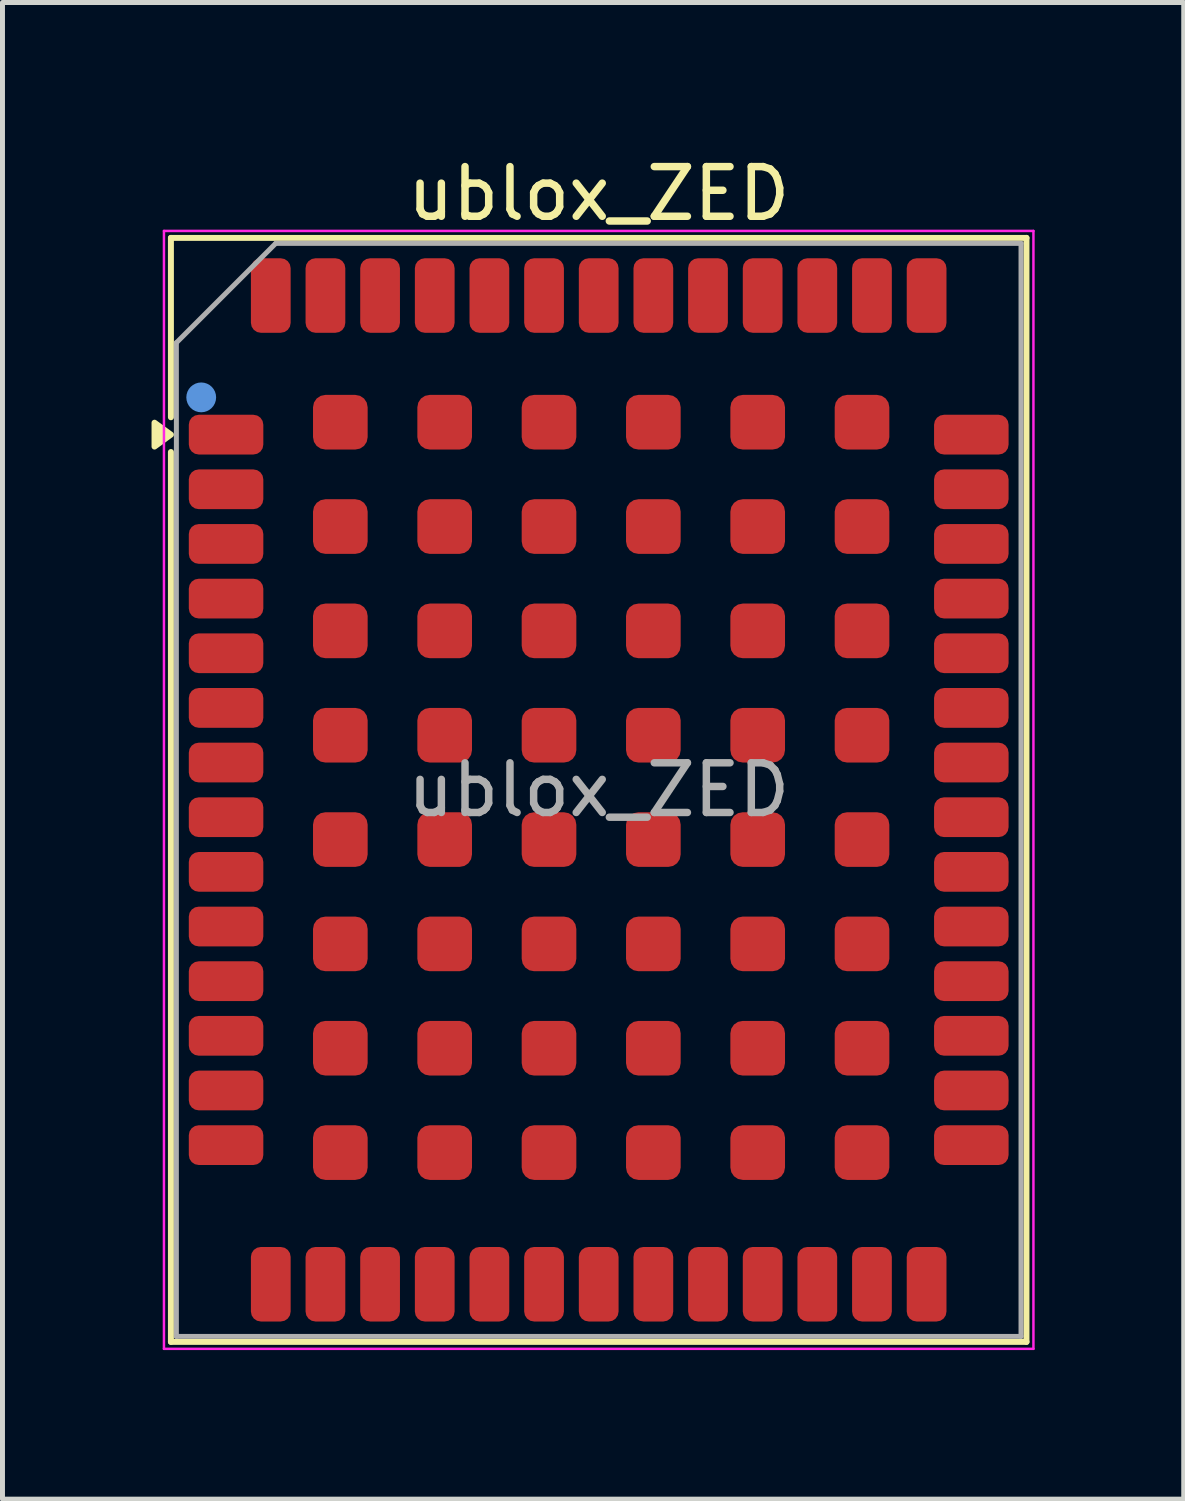
<source format=kicad_pcb>
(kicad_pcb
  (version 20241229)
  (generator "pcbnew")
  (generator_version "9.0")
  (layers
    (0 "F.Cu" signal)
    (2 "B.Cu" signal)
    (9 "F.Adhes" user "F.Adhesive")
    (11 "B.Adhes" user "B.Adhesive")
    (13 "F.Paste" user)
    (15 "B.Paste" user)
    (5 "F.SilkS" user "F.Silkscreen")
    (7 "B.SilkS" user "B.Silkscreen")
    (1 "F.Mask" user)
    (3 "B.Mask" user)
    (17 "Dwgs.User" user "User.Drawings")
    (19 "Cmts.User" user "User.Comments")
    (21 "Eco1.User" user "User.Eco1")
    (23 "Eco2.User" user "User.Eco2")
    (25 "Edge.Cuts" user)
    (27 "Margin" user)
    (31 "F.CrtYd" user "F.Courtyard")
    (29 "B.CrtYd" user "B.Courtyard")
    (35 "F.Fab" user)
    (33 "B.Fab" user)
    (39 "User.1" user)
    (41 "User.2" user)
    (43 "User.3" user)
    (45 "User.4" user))
  (footprint "ublox_ZED"
    (layer "F.Cu")
    (at 9 12.848)
    (property "Reference" "ublox_ZED" (at 0 -12 0) (layer "F.SilkS") (effects (font (size 1 1) (thickness 0.15))))
    (attr smd)
    (fp_line (start -8.61 -11.11) (end 8.61 -11.11) (stroke (width 0.12) (type solid)) (layer "F.SilkS"))
    (fp_line (start -8.61 -7.5) (end -8.61 -11.11) (stroke (width 0.12) (type default)) (layer "F.SilkS"))
    (fp_line (start -8.61 -6.8) (end -8.61 11.11) (stroke (width 0.12) (type solid)) (layer "F.SilkS"))
    (fp_line (start -8.61 11.11) (end 8.61 11.11) (stroke (width 0.12) (type solid)) (layer "F.SilkS"))
    (fp_line (start 8.61 -11.11) (end 8.61 11.11) (stroke (width 0.12) (type solid)) (layer "F.SilkS"))
    (fp_poly (pts (xy -8.61 -7.15) (xy -8.94 -6.91) (xy -8.94 -7.39) (xy -8.61 -7.15)) (stroke (width 0.12) (type solid)) (fill yes) (layer "F.SilkS"))
    (fp_circle (center -8 -7.9) (end -7.85 -7.9) (stroke (width 0.3) (type solid)) (fill no) (layer "Cmts.User"))
    (fp_line (start -8.75 -11.25) (end -8.75 11.25) (stroke (width 0.05) (type solid)) (layer "F.CrtYd"))
    (fp_line (start -8.75 -11.25) (end 8.75 -11.25) (stroke (width 0.05) (type solid)) (layer "F.CrtYd"))
    (fp_line (start -8.75 11.25) (end 8.75 11.25) (stroke (width 0.05) (type solid)) (layer "F.CrtYd"))
    (fp_line (start 8.75 -11.25) (end 8.75 11.25) (stroke (width 0.05) (type solid)) (layer "F.CrtYd"))
    (fp_line (start -8.5 -9) (end -8.5 11) (stroke (width 0.1) (type solid)) (layer "F.Fab"))
    (fp_line (start -8.5 -9) (end -6.5 -11) (stroke (width 0.1) (type solid)) (layer "F.Fab"))
    (fp_line (start -8.5 11) (end 8.5 11) (stroke (width 0.1) (type solid)) (layer "F.Fab"))
    (fp_line (start -6.5 -11) (end 8.5 -11) (stroke (width 0.1) (type solid)) (layer "F.Fab"))
    (fp_line (start 8.5 -11) (end 8.5 11) (stroke (width 0.1) (type solid)) (layer "F.Fab"))
    (fp_text user "${REFERENCE}" (at 0 0 0) (layer "F.Fab") (effects (font (size 1 1) (thickness 0.15))))
    (pad "1" smd roundrect (at -7.5 -7.15) (size 1.5 0.8) (layers "F.Cu" "F.Mask" "F.Paste") (roundrect_rratio 0.25))
    (pad "2" smd roundrect (at -7.5 -6.05) (size 1.5 0.8) (layers "F.Cu" "F.Mask" "F.Paste") (roundrect_rratio 0.25))
    (pad "3" smd roundrect (at -7.5 -4.95) (size 1.5 0.8) (layers "F.Cu" "F.Mask" "F.Paste") (roundrect_rratio 0.25))
    (pad "4" smd roundrect (at -7.5 -3.85) (size 1.5 0.8) (layers "F.Cu" "F.Mask" "F.Paste") (roundrect_rratio 0.25))
    (pad "5" smd roundrect (at -7.5 -2.75) (size 1.5 0.8) (layers "F.Cu" "F.Mask" "F.Paste") (roundrect_rratio 0.25))
    (pad "6" smd roundrect (at -7.5 -1.65) (size 1.5 0.8) (layers "F.Cu" "F.Mask" "F.Paste") (roundrect_rratio 0.25))
    (pad "7" smd roundrect (at -7.5 -0.55) (size 1.5 0.8) (layers "F.Cu" "F.Mask" "F.Paste") (roundrect_rratio 0.25))
    (pad "8" smd roundrect (at -7.5 0.55) (size 1.5 0.8) (layers "F.Cu" "F.Mask" "F.Paste") (roundrect_rratio 0.25))
    (pad "9" smd roundrect (at -7.5 1.65) (size 1.5 0.8) (layers "F.Cu" "F.Mask" "F.Paste") (roundrect_rratio 0.25))
    (pad "10" smd roundrect (at -7.5 2.75) (size 1.5 0.8) (layers "F.Cu" "F.Mask" "F.Paste") (roundrect_rratio 0.25))
    (pad "11" smd roundrect (at -7.5 3.85) (size 1.5 0.8) (layers "F.Cu" "F.Mask" "F.Paste") (roundrect_rratio 0.25))
    (pad "12" smd roundrect (at -7.5 4.95) (size 1.5 0.8) (layers "F.Cu" "F.Mask" "F.Paste") (roundrect_rratio 0.25))
    (pad "13" smd roundrect (at -7.5 6.05) (size 1.5 0.8) (layers "F.Cu" "F.Mask" "F.Paste") (roundrect_rratio 0.25))
    (pad "14" smd roundrect (at -7.5 7.15) (size 1.5 0.8) (layers "F.Cu" "F.Mask" "F.Paste") (roundrect_rratio 0.25))
    (pad "15" smd roundrect (at -6.6 9.95 90) (size 1.5 0.8) (layers "F.Cu" "F.Mask" "F.Paste") (roundrect_rratio 0.25))
    (pad "16" smd roundrect (at -5.5 9.95 90) (size 1.5 0.8) (layers "F.Cu" "F.Mask" "F.Paste") (roundrect_rratio 0.25))
    (pad "17" smd roundrect (at -4.4 9.95 90) (size 1.5 0.8) (layers "F.Cu" "F.Mask" "F.Paste") (roundrect_rratio 0.25))
    (pad "18" smd roundrect (at -3.3 9.95 270) (size 1.5 0.8) (layers "F.Cu" "F.Mask" "F.Paste") (roundrect_rratio 0.25))
    (pad "19" smd roundrect (at -2.2 9.95 90) (size 1.5 0.8) (layers "F.Cu" "F.Mask" "F.Paste") (roundrect_rratio 0.25))
    (pad "20" smd roundrect (at -1.1 9.95 90) (size 1.5 0.8) (layers "F.Cu" "F.Mask" "F.Paste") (roundrect_rratio 0.25))
    (pad "21" smd roundrect (at 0 9.95 90) (size 1.5 0.8) (layers "F.Cu" "F.Mask" "F.Paste") (roundrect_rratio 0.25))
    (pad "22" smd roundrect (at 1.1 9.95 90) (size 1.5 0.8) (layers "F.Cu" "F.Mask" "F.Paste") (roundrect_rratio 0.25))
    (pad "23" smd roundrect (at 2.2 9.95 90) (size 1.5 0.8) (layers "F.Cu" "F.Mask" "F.Paste") (roundrect_rratio 0.25))
    (pad "24" smd roundrect (at 3.3 9.95 90) (size 1.5 0.8) (layers "F.Cu" "F.Mask" "F.Paste") (roundrect_rratio 0.25))
    (pad "25" smd roundrect (at 4.4 9.95 90) (size 1.5 0.8) (layers "F.Cu" "F.Mask" "F.Paste") (roundrect_rratio 0.25))
    (pad "26" smd roundrect (at 5.5 9.95 90) (size 1.5 0.8) (layers "F.Cu" "F.Mask" "F.Paste") (roundrect_rratio 0.25))
    (pad "27" smd roundrect (at 6.6 9.95 90) (size 1.5 0.8) (layers "F.Cu" "F.Mask" "F.Paste") (roundrect_rratio 0.25))
    (pad "28" smd roundrect (at 7.5 7.15) (size 1.5 0.8) (layers "F.Cu" "F.Mask" "F.Paste") (roundrect_rratio 0.25))
    (pad "29" smd roundrect (at 7.5 6.05) (size 1.5 0.8) (layers "F.Cu" "F.Mask" "F.Paste") (roundrect_rratio 0.25))
    (pad "30" smd roundrect (at 7.5 4.95) (size 1.5 0.8) (layers "F.Cu" "F.Mask" "F.Paste") (roundrect_rratio 0.25))
    (pad "31" smd roundrect (at 7.5 3.85) (size 1.5 0.8) (layers "F.Cu" "F.Mask" "F.Paste") (roundrect_rratio 0.25))
    (pad "32" smd roundrect (at 7.5 2.75) (size 1.5 0.8) (layers "F.Cu" "F.Mask" "F.Paste") (roundrect_rratio 0.25))
    (pad "33" smd roundrect (at 7.5 1.65) (size 1.5 0.8) (layers "F.Cu" "F.Mask" "F.Paste") (roundrect_rratio 0.25))
    (pad "34" smd roundrect (at 7.5 0.55) (size 1.5 0.8) (layers "F.Cu" "F.Mask" "F.Paste") (roundrect_rratio 0.25))
    (pad "35" smd roundrect (at 7.5 -0.55) (size 1.5 0.8) (layers "F.Cu" "F.Mask" "F.Paste") (roundrect_rratio 0.25))
    (pad "36" smd roundrect (at 7.5 -1.65) (size 1.5 0.8) (layers "F.Cu" "F.Mask" "F.Paste") (roundrect_rratio 0.25))
    (pad "37" smd roundrect (at 7.5 -2.75) (size 1.5 0.8) (layers "F.Cu" "F.Mask" "F.Paste") (roundrect_rratio 0.25))
    (pad "38" smd roundrect (at 7.5 -3.85) (size 1.5 0.8) (layers "F.Cu" "F.Mask" "F.Paste") (roundrect_rratio 0.25))
    (pad "39" smd roundrect (at 7.5 -4.95) (size 1.5 0.8) (layers "F.Cu" "F.Mask" "F.Paste") (roundrect_rratio 0.25))
    (pad "40" smd roundrect (at 7.5 -6.05) (size 1.5 0.8) (layers "F.Cu" "F.Mask" "F.Paste") (roundrect_rratio 0.25))
    (pad "41" smd roundrect (at 7.5 -7.15) (size 1.5 0.8) (layers "F.Cu" "F.Mask" "F.Paste") (roundrect_rratio 0.25))
    (pad "42" smd roundrect (at 6.6 -9.95 90) (size 1.5 0.8) (layers "F.Cu" "F.Mask" "F.Paste") (roundrect_rratio 0.25))
    (pad "43" smd roundrect (at 5.5 -9.95 90) (size 1.5 0.8) (layers "F.Cu" "F.Mask" "F.Paste") (roundrect_rratio 0.25))
    (pad "44" smd roundrect (at 4.4 -9.95 90) (size 1.5 0.8) (layers "F.Cu" "F.Mask" "F.Paste") (roundrect_rratio 0.25))
    (pad "45" smd roundrect (at 3.3 -9.95 90) (size 1.5 0.8) (layers "F.Cu" "F.Mask" "F.Paste") (roundrect_rratio 0.25))
    (pad "46" smd roundrect (at 2.2 -9.95 90) (size 1.5 0.8) (layers "F.Cu" "F.Mask" "F.Paste") (roundrect_rratio 0.25))
    (pad "47" smd roundrect (at 1.1 -9.95 90) (size 1.5 0.8) (layers "F.Cu" "F.Mask" "F.Paste") (roundrect_rratio 0.25))
    (pad "48" smd roundrect (at 0 -9.95 90) (size 1.5 0.8) (layers "F.Cu" "F.Mask" "F.Paste") (roundrect_rratio 0.25))
    (pad "49" smd roundrect (at -1.1 -9.95 90) (size 1.5 0.8) (layers "F.Cu" "F.Mask" "F.Paste") (roundrect_rratio 0.25))
    (pad "50" smd roundrect (at -2.2 -9.95 90) (size 1.5 0.8) (layers "F.Cu" "F.Mask" "F.Paste") (roundrect_rratio 0.25))
    (pad "51" smd roundrect (at -3.3 -9.95 90) (size 1.5 0.8) (layers "F.Cu" "F.Mask" "F.Paste") (roundrect_rratio 0.25))
    (pad "52" smd roundrect (at -4.4 -9.95 90) (size 1.5 0.8) (layers "F.Cu" "F.Mask" "F.Paste") (roundrect_rratio 0.25))
    (pad "53" smd roundrect (at -5.5 -9.95 90) (size 1.5 0.8) (layers "F.Cu" "F.Mask" "F.Paste") (roundrect_rratio 0.25))
    (pad "54" smd roundrect (at -6.6 -9.95 90) (size 1.5 0.8) (layers "F.Cu" "F.Mask" "F.Paste") (roundrect_rratio 0.25))
    (pad "55" smd roundrect (at -5.2 -7.4 270) (size 1.1 1.1) (layers "F.Cu" "F.Mask" "F.Paste") (roundrect_rratio 0.227))
    (pad "56" smd roundrect (at -5.2 -5.3 270) (size 1.1 1.1) (layers "F.Cu" "F.Mask" "F.Paste") (roundrect_rratio 0.227))
    (pad "57" smd roundrect (at -5.2 -3.2 270) (size 1.1 1.1) (layers "F.Cu" "F.Mask" "F.Paste") (roundrect_rratio 0.227))
    (pad "58" smd roundrect (at -5.2 -1.1 270) (size 1.1 1.1) (layers "F.Cu" "F.Mask" "F.Paste") (roundrect_rratio 0.227))
    (pad "59" smd roundrect (at -5.2 1 270) (size 1.1 1.1) (layers "F.Cu" "F.Mask" "F.Paste") (roundrect_rratio 0.227))
    (pad "60" smd roundrect (at -5.2 3.1 270) (size 1.1 1.1) (layers "F.Cu" "F.Mask" "F.Paste") (roundrect_rratio 0.227))
    (pad "61" smd roundrect (at -5.2 5.2 270) (size 1.1 1.1) (layers "F.Cu" "F.Mask" "F.Paste") (roundrect_rratio 0.227))
    (pad "62" smd roundrect (at -5.2 7.3 270) (size 1.1 1.1) (layers "F.Cu" "F.Mask" "F.Paste") (roundrect_rratio 0.227))
    (pad "63" smd roundrect (at -3.1 7.3 270) (size 1.1 1.1) (layers "F.Cu" "F.Mask" "F.Paste") (roundrect_rratio 0.227))
    (pad "64" smd roundrect (at -3.1 5.2 270) (size 1.1 1.1) (layers "F.Cu" "F.Mask" "F.Paste") (roundrect_rratio 0.227))
    (pad "65" smd roundrect (at -3.1 3.1 270) (size 1.1 1.1) (layers "F.Cu" "F.Mask" "F.Paste") (roundrect_rratio 0.227))
    (pad "66" smd roundrect (at -3.1 1 270) (size 1.1 1.1) (layers "F.Cu" "F.Mask" "F.Paste") (roundrect_rratio 0.227))
    (pad "67" smd roundrect (at -3.1 -1.1 270) (size 1.1 1.1) (layers "F.Cu" "F.Mask" "F.Paste") (roundrect_rratio 0.227))
    (pad "68" smd roundrect (at -3.1 -3.2 270) (size 1.1 1.1) (layers "F.Cu" "F.Mask" "F.Paste") (roundrect_rratio 0.227))
    (pad "69" smd roundrect (at -3.1 -5.3 270) (size 1.1 1.1) (layers "F.Cu" "F.Mask" "F.Paste") (roundrect_rratio 0.227))
    (pad "70" smd roundrect (at -3.1 -7.4 270) (size 1.1 1.1) (layers "F.Cu" "F.Mask" "F.Paste") (roundrect_rratio 0.227))
    (pad "71" smd roundrect (at -1 7.3 270) (size 1.1 1.1) (layers "F.Cu" "F.Mask" "F.Paste") (roundrect_rratio 0.227))
    (pad "72" smd roundrect (at -1 5.2 270) (size 1.1 1.1) (layers "F.Cu" "F.Mask" "F.Paste") (roundrect_rratio 0.227))
    (pad "73" smd roundrect (at -1 3.1 270) (size 1.1 1.1) (layers "F.Cu" "F.Mask" "F.Paste") (roundrect_rratio 0.227))
    (pad "74" smd roundrect (at -1 1 270) (size 1.1 1.1) (layers "F.Cu" "F.Mask" "F.Paste") (roundrect_rratio 0.227))
    (pad "75" smd roundrect (at -1 -1.1 270) (size 1.1 1.1) (layers "F.Cu" "F.Mask" "F.Paste") (roundrect_rratio 0.227))
    (pad "76" smd roundrect (at -1 -3.2 270) (size 1.1 1.1) (layers "F.Cu" "F.Mask" "F.Paste") (roundrect_rratio 0.227))
    (pad "77" smd roundrect (at -1 -5.3 270) (size 1.1 1.1) (layers "F.Cu" "F.Mask" "F.Paste") (roundrect_rratio 0.227))
    (pad "78" smd roundrect (at -1 -7.4 270) (size 1.1 1.1) (layers "F.Cu" "F.Mask" "F.Paste") (roundrect_rratio 0.227))
    (pad "79" smd roundrect (at 1.1 7.3 270) (size 1.1 1.1) (layers "F.Cu" "F.Mask" "F.Paste") (roundrect_rratio 0.227))
    (pad "80" smd roundrect (at 1.1 5.2 270) (size 1.1 1.1) (layers "F.Cu" "F.Mask" "F.Paste") (roundrect_rratio 0.227))
    (pad "81" smd roundrect (at 1.1 3.1 270) (size 1.1 1.1) (layers "F.Cu" "F.Mask" "F.Paste") (roundrect_rratio 0.227))
    (pad "82" smd roundrect (at 1.1 1 270) (size 1.1 1.1) (layers "F.Cu" "F.Mask" "F.Paste") (roundrect_rratio 0.227))
    (pad "83" smd roundrect (at 1.1 -1.1 270) (size 1.1 1.1) (layers "F.Cu" "F.Mask" "F.Paste") (roundrect_rratio 0.227))
    (pad "84" smd roundrect (at 1.1 -3.2 270) (size 1.1 1.1) (layers "F.Cu" "F.Mask" "F.Paste") (roundrect_rratio 0.227))
    (pad "85" smd roundrect (at 1.1 -5.3 270) (size 1.1 1.1) (layers "F.Cu" "F.Mask" "F.Paste") (roundrect_rratio 0.227))
    (pad "86" smd roundrect (at 1.1 -7.4 270) (size 1.1 1.1) (layers "F.Cu" "F.Mask" "F.Paste") (roundrect_rratio 0.227))
    (pad "87" smd roundrect (at 3.2 7.3 270) (size 1.1 1.1) (layers "F.Cu" "F.Mask" "F.Paste") (roundrect_rratio 0.227))
    (pad "88" smd roundrect (at 3.2 5.2 270) (size 1.1 1.1) (layers "F.Cu" "F.Mask" "F.Paste") (roundrect_rratio 0.227))
    (pad "89" smd roundrect (at 3.2 3.1 270) (size 1.1 1.1) (layers "F.Cu" "F.Mask" "F.Paste") (roundrect_rratio 0.227))
    (pad "90" smd roundrect (at 3.2 1 270) (size 1.1 1.1) (layers "F.Cu" "F.Mask" "F.Paste") (roundrect_rratio 0.227))
    (pad "91" smd roundrect (at 3.2 -1.1 270) (size 1.1 1.1) (layers "F.Cu" "F.Mask" "F.Paste") (roundrect_rratio 0.227))
    (pad "92" smd roundrect (at 3.2 -3.2 270) (size 1.1 1.1) (layers "F.Cu" "F.Mask" "F.Paste") (roundrect_rratio 0.227))
    (pad "93" smd roundrect (at 3.2 -5.3 270) (size 1.1 1.1) (layers "F.Cu" "F.Mask" "F.Paste") (roundrect_rratio 0.227))
    (pad "94" smd roundrect (at 3.2 -7.4 270) (size 1.1 1.1) (layers "F.Cu" "F.Mask" "F.Paste") (roundrect_rratio 0.227))
    (pad "95" smd roundrect (at 5.3 7.3 270) (size 1.1 1.1) (layers "F.Cu" "F.Mask" "F.Paste") (roundrect_rratio 0.227))
    (pad "96" smd roundrect (at 5.3 5.2 270) (size 1.1 1.1) (layers "F.Cu" "F.Mask" "F.Paste") (roundrect_rratio 0.227))
    (pad "97" smd roundrect (at 5.3 3.1 270) (size 1.1 1.1) (layers "F.Cu" "F.Mask" "F.Paste") (roundrect_rratio 0.227))
    (pad "98" smd roundrect (at 5.3 1 270) (size 1.1 1.1) (layers "F.Cu" "F.Mask" "F.Paste") (roundrect_rratio 0.227))
    (pad "99" smd roundrect (at 5.3 -1.1 270) (size 1.1 1.1) (layers "F.Cu" "F.Mask" "F.Paste") (roundrect_rratio 0.227))
    (pad "100" smd roundrect (at 5.3 -3.2 270) (size 1.1 1.1) (layers "F.Cu" "F.Mask" "F.Paste") (roundrect_rratio 0.227))
    (pad "101" smd roundrect (at 5.3 -5.3 270) (size 1.1 1.1) (layers "F.Cu" "F.Mask" "F.Paste") (roundrect_rratio 0.227))
    (pad "102" smd roundrect (at 5.3 -7.4 270) (size 1.1 1.1) (layers "F.Cu" "F.Mask" "F.Paste") (roundrect_rratio 0.227)))
  (gr_rect
    (start -3 -3)
    (end 20.775 27.123)
    (stroke (width 0.1) (type default))
    (fill no)
    (layer "Edge.Cuts")))
</source>
